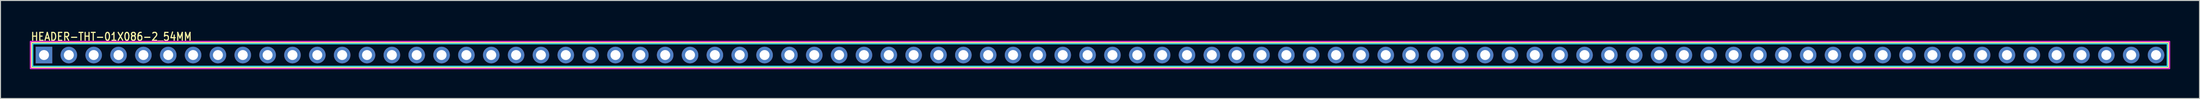
<source format=kicad_pcb>
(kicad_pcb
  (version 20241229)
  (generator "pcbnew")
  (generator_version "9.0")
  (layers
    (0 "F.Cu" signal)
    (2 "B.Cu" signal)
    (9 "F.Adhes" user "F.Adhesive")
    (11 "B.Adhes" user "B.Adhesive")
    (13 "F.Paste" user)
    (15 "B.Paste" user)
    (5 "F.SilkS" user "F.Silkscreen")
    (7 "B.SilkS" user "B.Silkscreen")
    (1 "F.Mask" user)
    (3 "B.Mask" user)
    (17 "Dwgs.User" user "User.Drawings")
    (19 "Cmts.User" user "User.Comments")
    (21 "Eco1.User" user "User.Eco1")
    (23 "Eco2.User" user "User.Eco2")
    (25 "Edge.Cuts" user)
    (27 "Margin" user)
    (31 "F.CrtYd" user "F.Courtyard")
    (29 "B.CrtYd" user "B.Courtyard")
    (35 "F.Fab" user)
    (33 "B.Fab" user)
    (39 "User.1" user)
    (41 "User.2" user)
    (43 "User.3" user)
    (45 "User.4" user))
  (footprint "HEADER-THT-01X086-2_54MM"
    (layer "F.Cu")
    (at 1.447 2.579)
    (property "Reference" "HEADER-THT-01X086-2_54MM" (at -1.4 -1.4 0) (unlocked yes) (layer "F.SilkS") (effects (font (size 0.813 0.695) (thickness 0.122)) (justify left bottom)))
    (fp_line (start -1.27 -1.27) (end -1.27 1.27) (stroke (width 0.127) (type solid)) (layer "F.SilkS"))
    (fp_line (start -1.27 1.27) (end 217.17 1.27) (stroke (width 0.127) (type solid)) (layer "F.SilkS"))
    (fp_line (start 217.17 -1.27) (end -1.27 -1.27) (stroke (width 0.127) (type solid)) (layer "F.SilkS"))
    (fp_line (start 217.17 1.27) (end 217.17 -1.27) (stroke (width 0.127) (type solid)) (layer "F.SilkS"))
    (fp_poly (pts (xy -1.143 -1.143) (xy 217.043 -1.143) (xy 217.043 1.143) (xy -1.143 1.143)) (stroke (width 0.1) (type solid)) (fill no) (layer "B.CrtYd"))
    (fp_poly (pts (xy -1.397 -1.397) (xy 217.297 -1.397) (xy 217.297 1.397) (xy -1.397 1.397)) (stroke (width 0.1) (type solid)) (fill no) (layer "F.CrtYd"))
    (pad "1" thru_hole rect (at 0 0) (size 1.693 1.693) (drill 1.016) (layers "*.Cu" "*.Mask"))
    (pad "2" thru_hole oval (at 2.54 0) (size 1.693 1.693) (drill 1.016) (layers "*.Cu" "*.Mask"))
    (pad "3" thru_hole oval (at 5.08 0) (size 1.693 1.693) (drill 1.016) (layers "*.Cu" "*.Mask"))
    (pad "4" thru_hole oval (at 7.62 0) (size 1.693 1.693) (drill 1.016) (layers "*.Cu" "*.Mask"))
    (pad "5" thru_hole oval (at 10.16 0) (size 1.693 1.693) (drill 1.016) (layers "*.Cu" "*.Mask"))
    (pad "6" thru_hole oval (at 12.7 0) (size 1.693 1.693) (drill 1.016) (layers "*.Cu" "*.Mask"))
    (pad "7" thru_hole oval (at 15.24 0) (size 1.693 1.693) (drill 1.016) (layers "*.Cu" "*.Mask"))
    (pad "8" thru_hole oval (at 17.78 0) (size 1.693 1.693) (drill 1.016) (layers "*.Cu" "*.Mask"))
    (pad "9" thru_hole oval (at 20.32 0) (size 1.693 1.693) (drill 1.016) (layers "*.Cu" "*.Mask"))
    (pad "10" thru_hole oval (at 22.86 0) (size 1.693 1.693) (drill 1.016) (layers "*.Cu" "*.Mask"))
    (pad "11" thru_hole oval (at 25.4 0) (size 1.693 1.693) (drill 1.016) (layers "*.Cu" "*.Mask"))
    (pad "12" thru_hole oval (at 27.94 0) (size 1.693 1.693) (drill 1.016) (layers "*.Cu" "*.Mask"))
    (pad "13" thru_hole oval (at 30.48 0) (size 1.693 1.693) (drill 1.016) (layers "*.Cu" "*.Mask"))
    (pad "14" thru_hole oval (at 33.02 0) (size 1.693 1.693) (drill 1.016) (layers "*.Cu" "*.Mask"))
    (pad "15" thru_hole oval (at 35.56 0) (size 1.693 1.693) (drill 1.016) (layers "*.Cu" "*.Mask"))
    (pad "16" thru_hole oval (at 38.1 0) (size 1.693 1.693) (drill 1.016) (layers "*.Cu" "*.Mask"))
    (pad "17" thru_hole oval (at 40.64 0) (size 1.693 1.693) (drill 1.016) (layers "*.Cu" "*.Mask"))
    (pad "18" thru_hole oval (at 43.18 0) (size 1.693 1.693) (drill 1.016) (layers "*.Cu" "*.Mask"))
    (pad "19" thru_hole oval (at 45.72 0) (size 1.693 1.693) (drill 1.016) (layers "*.Cu" "*.Mask"))
    (pad "20" thru_hole oval (at 48.26 0) (size 1.693 1.693) (drill 1.016) (layers "*.Cu" "*.Mask"))
    (pad "21" thru_hole oval (at 50.8 0) (size 1.693 1.693) (drill 1.016) (layers "*.Cu" "*.Mask"))
    (pad "22" thru_hole oval (at 53.34 0) (size 1.693 1.693) (drill 1.016) (layers "*.Cu" "*.Mask"))
    (pad "23" thru_hole oval (at 55.88 0) (size 1.693 1.693) (drill 1.016) (layers "*.Cu" "*.Mask"))
    (pad "24" thru_hole oval (at 58.42 0) (size 1.693 1.693) (drill 1.016) (layers "*.Cu" "*.Mask"))
    (pad "25" thru_hole oval (at 60.96 0) (size 1.693 1.693) (drill 1.016) (layers "*.Cu" "*.Mask"))
    (pad "26" thru_hole oval (at 63.5 0) (size 1.693 1.693) (drill 1.016) (layers "*.Cu" "*.Mask"))
    (pad "27" thru_hole oval (at 66.04 0) (size 1.693 1.693) (drill 1.016) (layers "*.Cu" "*.Mask"))
    (pad "28" thru_hole oval (at 68.58 0) (size 1.693 1.693) (drill 1.016) (layers "*.Cu" "*.Mask"))
    (pad "29" thru_hole oval (at 71.12 0) (size 1.693 1.693) (drill 1.016) (layers "*.Cu" "*.Mask"))
    (pad "30" thru_hole oval (at 73.66 0) (size 1.693 1.693) (drill 1.016) (layers "*.Cu" "*.Mask"))
    (pad "31" thru_hole oval (at 76.2 0) (size 1.693 1.693) (drill 1.016) (layers "*.Cu" "*.Mask"))
    (pad "32" thru_hole oval (at 78.74 0) (size 1.693 1.693) (drill 1.016) (layers "*.Cu" "*.Mask"))
    (pad "33" thru_hole oval (at 81.28 0) (size 1.693 1.693) (drill 1.016) (layers "*.Cu" "*.Mask"))
    (pad "34" thru_hole oval (at 83.82 0) (size 1.693 1.693) (drill 1.016) (layers "*.Cu" "*.Mask"))
    (pad "35" thru_hole oval (at 86.36 0) (size 1.693 1.693) (drill 1.016) (layers "*.Cu" "*.Mask"))
    (pad "36" thru_hole oval (at 88.9 0) (size 1.693 1.693) (drill 1.016) (layers "*.Cu" "*.Mask"))
    (pad "37" thru_hole oval (at 91.44 0) (size 1.693 1.693) (drill 1.016) (layers "*.Cu" "*.Mask"))
    (pad "38" thru_hole oval (at 93.98 0) (size 1.693 1.693) (drill 1.016) (layers "*.Cu" "*.Mask"))
    (pad "39" thru_hole oval (at 96.52 0) (size 1.693 1.693) (drill 1.016) (layers "*.Cu" "*.Mask"))
    (pad "40" thru_hole oval (at 99.06 0) (size 1.693 1.693) (drill 1.016) (layers "*.Cu" "*.Mask"))
    (pad "41" thru_hole oval (at 101.6 0) (size 1.693 1.693) (drill 1.016) (layers "*.Cu" "*.Mask"))
    (pad "42" thru_hole oval (at 104.14 0) (size 1.693 1.693) (drill 1.016) (layers "*.Cu" "*.Mask"))
    (pad "43" thru_hole oval (at 106.68 0) (size 1.693 1.693) (drill 1.016) (layers "*.Cu" "*.Mask"))
    (pad "44" thru_hole oval (at 109.22 0) (size 1.693 1.693) (drill 1.016) (layers "*.Cu" "*.Mask"))
    (pad "45" thru_hole oval (at 111.76 0) (size 1.693 1.693) (drill 1.016) (layers "*.Cu" "*.Mask"))
    (pad "46" thru_hole oval (at 114.3 0) (size 1.693 1.693) (drill 1.016) (layers "*.Cu" "*.Mask"))
    (pad "47" thru_hole oval (at 116.84 0) (size 1.693 1.693) (drill 1.016) (layers "*.Cu" "*.Mask"))
    (pad "48" thru_hole oval (at 119.38 0) (size 1.693 1.693) (drill 1.016) (layers "*.Cu" "*.Mask"))
    (pad "49" thru_hole oval (at 121.92 0) (size 1.693 1.693) (drill 1.016) (layers "*.Cu" "*.Mask"))
    (pad "50" thru_hole oval (at 124.46 0) (size 1.693 1.693) (drill 1.016) (layers "*.Cu" "*.Mask"))
    (pad "51" thru_hole oval (at 127 0) (size 1.693 1.693) (drill 1.016) (layers "*.Cu" "*.Mask"))
    (pad "52" thru_hole oval (at 129.54 0) (size 1.693 1.693) (drill 1.016) (layers "*.Cu" "*.Mask"))
    (pad "53" thru_hole oval (at 132.08 0) (size 1.693 1.693) (drill 1.016) (layers "*.Cu" "*.Mask"))
    (pad "54" thru_hole oval (at 134.62 0) (size 1.693 1.693) (drill 1.016) (layers "*.Cu" "*.Mask"))
    (pad "55" thru_hole oval (at 137.16 0) (size 1.693 1.693) (drill 1.016) (layers "*.Cu" "*.Mask"))
    (pad "56" thru_hole oval (at 139.7 0) (size 1.693 1.693) (drill 1.016) (layers "*.Cu" "*.Mask"))
    (pad "57" thru_hole oval (at 142.24 0) (size 1.693 1.693) (drill 1.016) (layers "*.Cu" "*.Mask"))
    (pad "58" thru_hole oval (at 144.78 0) (size 1.693 1.693) (drill 1.016) (layers "*.Cu" "*.Mask"))
    (pad "59" thru_hole oval (at 147.32 0) (size 1.693 1.693) (drill 1.016) (layers "*.Cu" "*.Mask"))
    (pad "60" thru_hole oval (at 149.86 0) (size 1.693 1.693) (drill 1.016) (layers "*.Cu" "*.Mask"))
    (pad "61" thru_hole oval (at 152.4 0) (size 1.693 1.693) (drill 1.016) (layers "*.Cu" "*.Mask"))
    (pad "62" thru_hole oval (at 154.94 0) (size 1.693 1.693) (drill 1.016) (layers "*.Cu" "*.Mask"))
    (pad "63" thru_hole oval (at 157.48 0) (size 1.693 1.693) (drill 1.016) (layers "*.Cu" "*.Mask"))
    (pad "64" thru_hole oval (at 160.02 0) (size 1.693 1.693) (drill 1.016) (layers "*.Cu" "*.Mask"))
    (pad "65" thru_hole oval (at 162.56 0) (size 1.693 1.693) (drill 1.016) (layers "*.Cu" "*.Mask"))
    (pad "66" thru_hole oval (at 165.1 0) (size 1.693 1.693) (drill 1.016) (layers "*.Cu" "*.Mask"))
    (pad "67" thru_hole oval (at 167.64 0) (size 1.693 1.693) (drill 1.016) (layers "*.Cu" "*.Mask"))
    (pad "68" thru_hole oval (at 170.18 0) (size 1.693 1.693) (drill 1.016) (layers "*.Cu" "*.Mask"))
    (pad "69" thru_hole oval (at 172.72 0) (size 1.693 1.693) (drill 1.016) (layers "*.Cu" "*.Mask"))
    (pad "70" thru_hole oval (at 175.26 0) (size 1.693 1.693) (drill 1.016) (layers "*.Cu" "*.Mask"))
    (pad "71" thru_hole oval (at 177.8 0) (size 1.693 1.693) (drill 1.016) (layers "*.Cu" "*.Mask"))
    (pad "72" thru_hole oval (at 180.34 0) (size 1.693 1.693) (drill 1.016) (layers "*.Cu" "*.Mask"))
    (pad "73" thru_hole oval (at 182.88 0) (size 1.693 1.693) (drill 1.016) (layers "*.Cu" "*.Mask"))
    (pad "74" thru_hole oval (at 185.42 0) (size 1.693 1.693) (drill 1.016) (layers "*.Cu" "*.Mask"))
    (pad "75" thru_hole oval (at 187.96 0) (size 1.693 1.693) (drill 1.016) (layers "*.Cu" "*.Mask"))
    (pad "76" thru_hole oval (at 190.5 0) (size 1.693 1.693) (drill 1.016) (layers "*.Cu" "*.Mask"))
    (pad "77" thru_hole oval (at 193.04 0) (size 1.693 1.693) (drill 1.016) (layers "*.Cu" "*.Mask"))
    (pad "78" thru_hole oval (at 195.58 0) (size 1.693 1.693) (drill 1.016) (layers "*.Cu" "*.Mask"))
    (pad "79" thru_hole oval (at 198.12 0) (size 1.693 1.693) (drill 1.016) (layers "*.Cu" "*.Mask"))
    (pad "80" thru_hole oval (at 200.66 0) (size 1.693 1.693) (drill 1.016) (layers "*.Cu" "*.Mask"))
    (pad "81" thru_hole oval (at 203.2 0) (size 1.693 1.693) (drill 1.016) (layers "*.Cu" "*.Mask"))
    (pad "82" thru_hole oval (at 205.74 0) (size 1.693 1.693) (drill 1.016) (layers "*.Cu" "*.Mask"))
    (pad "83" thru_hole oval (at 208.28 0) (size 1.693 1.693) (drill 1.016) (layers "*.Cu" "*.Mask"))
    (pad "84" thru_hole oval (at 210.82 0) (size 1.693 1.693) (drill 1.016) (layers "*.Cu" "*.Mask"))
    (pad "85" thru_hole oval (at 213.36 0) (size 1.693 1.693) (drill 1.016) (layers "*.Cu" "*.Mask"))
    (pad "86" thru_hole oval (at 215.9 0) (size 1.693 1.693) (drill 1.016) (layers "*.Cu" "*.Mask")))
  (gr_rect
    (start -3 -3)
    (end 221.794 7.026)
    (stroke (width 0.1) (type default))
    (fill no)
    (layer "Edge.Cuts")))
</source>
